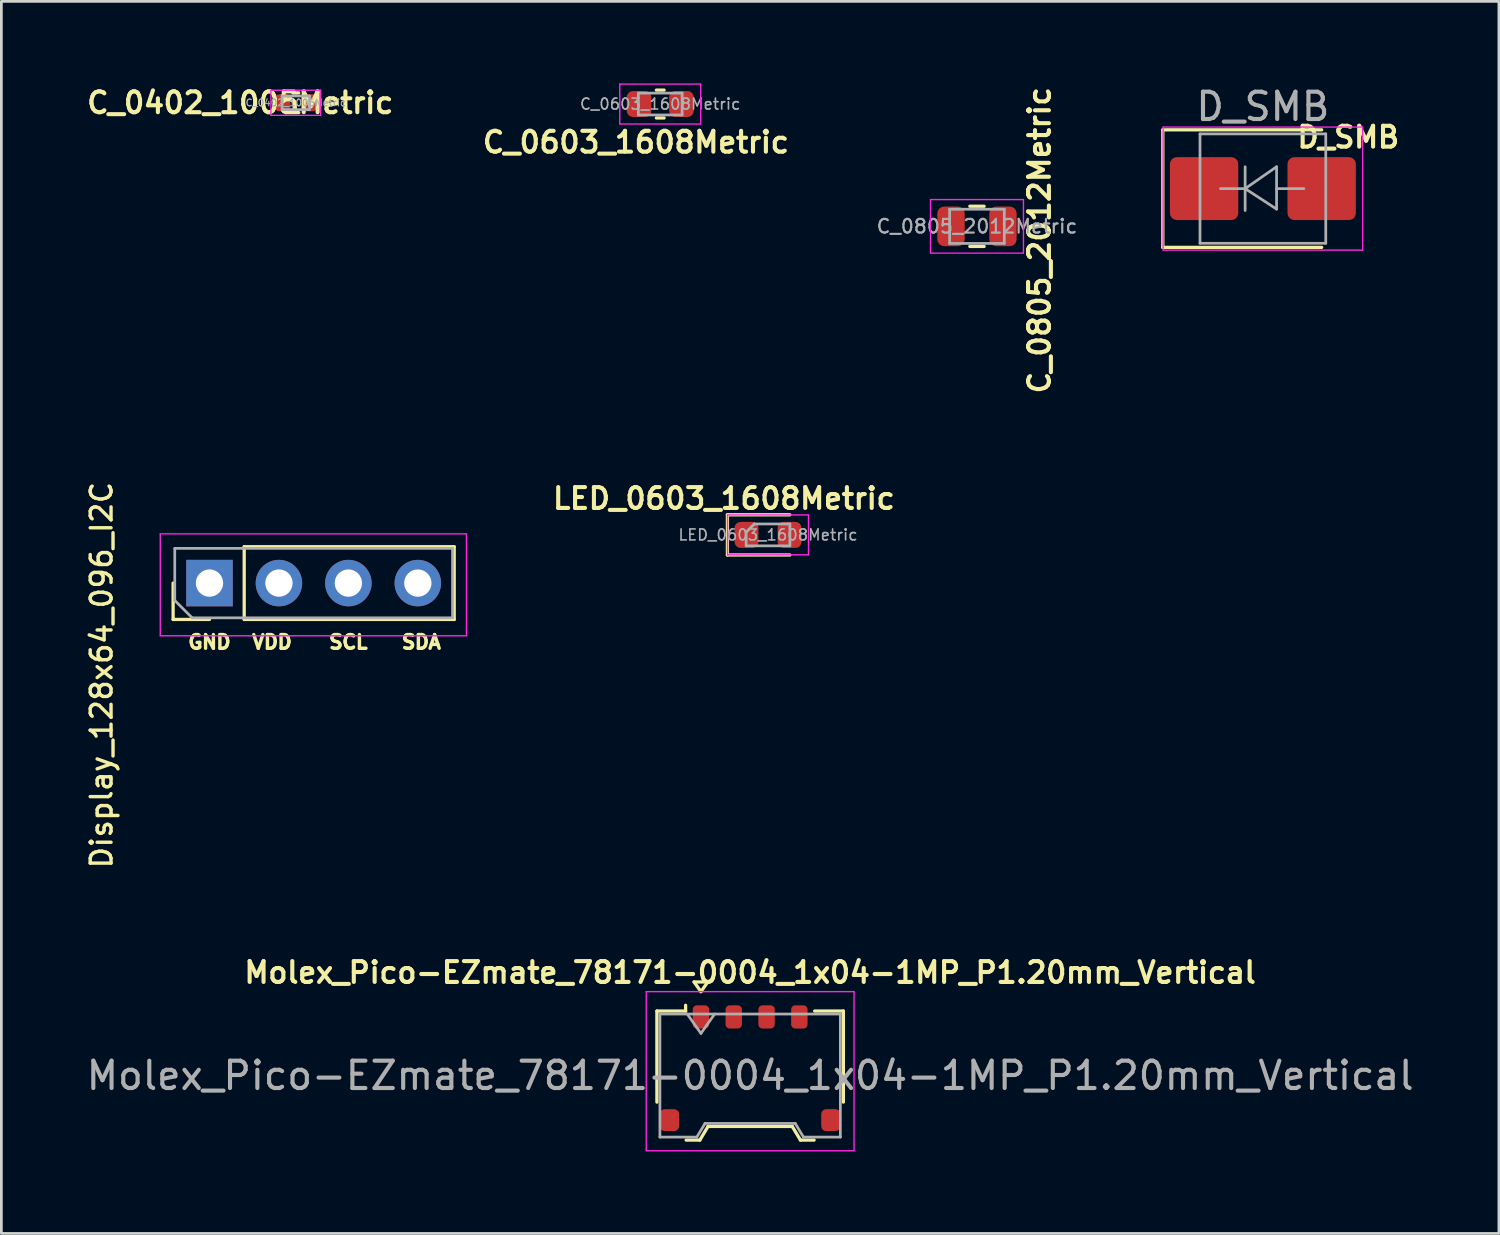
<source format=kicad_pcb>
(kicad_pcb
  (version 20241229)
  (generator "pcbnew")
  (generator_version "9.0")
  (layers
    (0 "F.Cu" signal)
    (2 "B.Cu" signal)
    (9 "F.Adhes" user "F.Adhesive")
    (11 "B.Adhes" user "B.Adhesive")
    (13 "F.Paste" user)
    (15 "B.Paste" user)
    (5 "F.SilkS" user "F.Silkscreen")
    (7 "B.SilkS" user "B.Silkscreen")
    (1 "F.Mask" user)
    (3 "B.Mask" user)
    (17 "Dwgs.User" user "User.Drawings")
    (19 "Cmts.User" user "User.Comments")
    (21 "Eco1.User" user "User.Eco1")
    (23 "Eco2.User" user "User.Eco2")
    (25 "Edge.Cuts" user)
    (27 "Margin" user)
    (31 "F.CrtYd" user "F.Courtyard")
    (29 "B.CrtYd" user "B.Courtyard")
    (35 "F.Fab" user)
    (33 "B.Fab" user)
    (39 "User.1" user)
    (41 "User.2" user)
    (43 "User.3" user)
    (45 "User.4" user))
  (footprint "Display_128x64_096_I2C"
    (layer "F.Cu")
    (at 8.422 18.277)
    (property "Reference" "Display_128x64_096_I2C" (at -7.757 3.365 90) (unlocked yes) (layer "F.SilkS") (effects (font (size 0.762 0.762) (thickness 0.125))))
    (attr through_hole)
    (fp_line (start -5.14 1.33) (end -5.14 0) (stroke (width 0.12) (type solid)) (layer "F.SilkS"))
    (fp_line (start -3.81 1.33) (end -5.14 1.33) (stroke (width 0.12) (type solid)) (layer "F.SilkS"))
    (fp_line (start -2.54 -1.33) (end 5.14 -1.33) (stroke (width 0.12) (type solid)) (layer "F.SilkS"))
    (fp_line (start -2.54 1.33) (end -2.54 -1.33) (stroke (width 0.12) (type solid)) (layer "F.SilkS"))
    (fp_line (start -2.54 1.33) (end 5.14 1.33) (stroke (width 0.12) (type solid)) (layer "F.SilkS"))
    (fp_line (start 5.14 1.33) (end 5.14 -1.33) (stroke (width 0.12) (type solid)) (layer "F.SilkS"))
    (fp_line (start -5.61 -1.8) (end -5.61 1.927) (stroke (width 0.05) (type solid)) (layer "F.CrtYd"))
    (fp_line (start -5.61 1.927) (end 5.59 1.927) (stroke (width 0.05) (type solid)) (layer "F.CrtYd"))
    (fp_line (start 5.59 -1.8) (end -5.61 -1.8) (stroke (width 0.05) (type solid)) (layer "F.CrtYd"))
    (fp_line (start 5.59 1.927) (end 5.59 -1.8) (stroke (width 0.05) (type solid)) (layer "F.CrtYd"))
    (fp_line (start -5.08 -1.27) (end 5.08 -1.27) (stroke (width 0.1) (type solid)) (layer "F.Fab"))
    (fp_line (start -5.08 0.635) (end -5.08 -1.27) (stroke (width 0.1) (type solid)) (layer "F.Fab"))
    (fp_line (start -4.445 1.27) (end -5.08 0.635) (stroke (width 0.1) (type solid)) (layer "F.Fab"))
    (fp_line (start 5.08 -1.27) (end 5.08 1.27) (stroke (width 0.1) (type solid)) (layer "F.Fab"))
    (fp_line (start 5.08 1.27) (end -4.445 1.27) (stroke (width 0.1) (type solid)) (layer "F.Fab"))
    (fp_text user "SDA" (at 3.937 2.159 180) (layer "F.SilkS") (effects (font (size 0.5 0.5) (thickness 0.125))))
    (fp_text user "VDD" (at -1.524 2.159 180) (layer "F.SilkS") (effects (font (size 0.5 0.5) (thickness 0.125))))
    (fp_text user "SCL" (at 1.27 2.159 180) (layer "F.SilkS") (effects (font (size 0.5 0.5) (thickness 0.125))))
    (fp_text user "GND" (at -3.81 2.159 180) (layer "F.SilkS") (effects (font (size 0.5 0.5) (thickness 0.125))))
    (pad "1" thru_hole rect (at -3.81 0 90) (size 1.7 1.7) (drill 1) (layers "*.Cu" "*.Mask"))
    (pad "2" thru_hole oval (at -1.27 0 90) (size 1.7 1.7) (drill 1) (layers "*.Cu" "*.Mask"))
    (pad "3" thru_hole oval (at 1.27 0 90) (size 1.7 1.7) (drill 1) (layers "*.Cu" "*.Mask"))
    (pad "4" thru_hole oval (at 3.81 0 90) (size 1.7 1.7) (drill 1) (layers "*.Cu" "*.Mask")))
  (footprint "LED_0603_1608Metric"
    (layer "F.Cu")
    (at 25.041 16.514)
    (property "Reference" "LED_0603_1608Metric" (at -1.614 -1.331 0) (layer "F.SilkS") (effects (font (size 0.762 0.762) (thickness 0.15))))
    (attr smd)
    (fp_line (start -1.485 -0.735) (end -1.485 0.735) (stroke (width 0.12) (type solid)) (layer "F.SilkS"))
    (fp_line (start -1.485 0.735) (end 0.8 0.735) (stroke (width 0.12) (type solid)) (layer "F.SilkS"))
    (fp_line (start 0.8 -0.735) (end -1.485 -0.735) (stroke (width 0.12) (type solid)) (layer "F.SilkS"))
    (fp_line (start -1.48 -0.73) (end 1.48 -0.73) (stroke (width 0.05) (type solid)) (layer "F.CrtYd"))
    (fp_line (start -1.48 0.73) (end -1.48 -0.73) (stroke (width 0.05) (type solid)) (layer "F.CrtYd"))
    (fp_line (start 1.48 -0.73) (end 1.48 0.73) (stroke (width 0.05) (type solid)) (layer "F.CrtYd"))
    (fp_line (start 1.48 0.73) (end -1.48 0.73) (stroke (width 0.05) (type solid)) (layer "F.CrtYd"))
    (fp_line (start -0.8 -0.1) (end -0.8 0.4) (stroke (width 0.1) (type solid)) (layer "F.Fab"))
    (fp_line (start -0.8 0.4) (end 0.8 0.4) (stroke (width 0.1) (type solid)) (layer "F.Fab"))
    (fp_line (start -0.5 -0.4) (end -0.8 -0.1) (stroke (width 0.1) (type solid)) (layer "F.Fab"))
    (fp_line (start 0.8 -0.4) (end -0.5 -0.4) (stroke (width 0.1) (type solid)) (layer "F.Fab"))
    (fp_line (start 0.8 0.4) (end 0.8 -0.4) (stroke (width 0.1) (type solid)) (layer "F.Fab"))
    (fp_text user "${REFERENCE}" (at 0 0 0) (layer "F.Fab") (effects (font (size 0.4 0.4) (thickness 0.06))))
    (pad "1" smd roundrect (at -0.787 0) (size 0.875 0.95) (layers "F.Cu" "F.Mask" "F.Paste") (roundrect_rratio 0.25))
    (pad "2" smd roundrect (at 0.787 0) (size 0.875 0.95) (layers "F.Cu" "F.Mask" "F.Paste") (roundrect_rratio 0.25)))
  (footprint "C_0402_1005Metric"
    (layer "F.Cu")
    (at 7.769 0.709)
    (property "Reference" "C_0402_1005Metric" (at -2.032 0 0) (layer "F.SilkS") (effects (font (size 0.762 0.762) (thickness 0.15))))
    (attr smd)
    (fp_line (start -0.108 -0.36) (end 0.108 -0.36) (stroke (width 0.12) (type solid)) (layer "F.SilkS"))
    (fp_line (start -0.108 0.36) (end 0.108 0.36) (stroke (width 0.12) (type solid)) (layer "F.SilkS"))
    (fp_line (start -0.91 -0.46) (end 0.91 -0.46) (stroke (width 0.05) (type solid)) (layer "F.CrtYd"))
    (fp_line (start -0.91 0.46) (end -0.91 -0.46) (stroke (width 0.05) (type solid)) (layer "F.CrtYd"))
    (fp_line (start 0.91 -0.46) (end 0.91 0.46) (stroke (width 0.05) (type solid)) (layer "F.CrtYd"))
    (fp_line (start 0.91 0.46) (end -0.91 0.46) (stroke (width 0.05) (type solid)) (layer "F.CrtYd"))
    (fp_line (start -0.5 -0.25) (end 0.5 -0.25) (stroke (width 0.1) (type solid)) (layer "F.Fab"))
    (fp_line (start -0.5 0.25) (end -0.5 -0.25) (stroke (width 0.1) (type solid)) (layer "F.Fab"))
    (fp_line (start 0.5 -0.25) (end 0.5 0.25) (stroke (width 0.1) (type solid)) (layer "F.Fab"))
    (fp_line (start 0.5 0.25) (end -0.5 0.25) (stroke (width 0.1) (type solid)) (layer "F.Fab"))
    (fp_text user "${REFERENCE}" (at 0 0 0) (layer "F.Fab") (effects (font (size 0.25 0.25) (thickness 0.04))))
    (pad "1" smd roundrect (at -0.48 0) (size 0.56 0.62) (layers "F.Cu" "F.Mask" "F.Paste") (roundrect_rratio 0.25))
    (pad "2" smd roundrect (at 0.48 0) (size 0.56 0.62) (layers "F.Cu" "F.Mask" "F.Paste") (roundrect_rratio 0.25)))
  (footprint "Molex_Pico-EZmate_78171-0004_1x04-1MP_P1.20mm_Vertical"
    (layer "F.Cu")
    (at 24.387 36.02)
    (property "Reference" "Molex_Pico-EZmate_78171-0004_1x04-1MP_P1.20mm_Vertical" (at 0 -3.5 0) (layer "F.SilkS") (effects (font (size 0.762 0.762) (thickness 0.15))))
    (attr smd)
    (fp_line (start -3.41 -2.09) (end -2.36 -2.09) (stroke (width 0.12) (type solid)) (layer "F.SilkS"))
    (fp_line (start -3.41 1.24) (end -3.41 -2.09) (stroke (width 0.12) (type solid)) (layer "F.SilkS"))
    (fp_line (start -2.36 -2.09) (end -2.36 -2.3) (stroke (width 0.12) (type solid)) (layer "F.SilkS"))
    (fp_line (start -2.34 2.63) (end -1.84 2.63) (stroke (width 0.12) (type solid)) (layer "F.SilkS"))
    (fp_line (start -2.05 -3.154) (end -1.8 -2.8) (stroke (width 0.12) (type solid)) (layer "F.SilkS"))
    (fp_line (start -1.84 2.63) (end -1.54 2.13) (stroke (width 0.12) (type solid)) (layer "F.SilkS"))
    (fp_line (start -1.8 -2.8) (end -1.55 -3.154) (stroke (width 0.12) (type solid)) (layer "F.SilkS"))
    (fp_line (start -1.55 -3.154) (end -2.05 -3.154) (stroke (width 0.12) (type solid)) (layer "F.SilkS"))
    (fp_line (start -1.54 2.13) (end 1.54 2.13) (stroke (width 0.12) (type solid)) (layer "F.SilkS"))
    (fp_line (start 1.54 2.13) (end 1.84 2.63) (stroke (width 0.12) (type solid)) (layer "F.SilkS"))
    (fp_line (start 1.84 2.63) (end 2.34 2.63) (stroke (width 0.12) (type solid)) (layer "F.SilkS"))
    (fp_line (start 3.41 -2.09) (end 2.36 -2.09) (stroke (width 0.12) (type solid)) (layer "F.SilkS"))
    (fp_line (start 3.41 1.24) (end 3.41 -2.09) (stroke (width 0.12) (type solid)) (layer "F.SilkS"))
    (fp_line (start -3.8 -2.8) (end -3.8 3.02) (stroke (width 0.05) (type solid)) (layer "F.CrtYd"))
    (fp_line (start -3.8 3.02) (end 3.8 3.02) (stroke (width 0.05) (type solid)) (layer "F.CrtYd"))
    (fp_line (start 3.8 -2.8) (end -3.8 -2.8) (stroke (width 0.05) (type solid)) (layer "F.CrtYd"))
    (fp_line (start 3.8 3.02) (end 3.8 -2.8) (stroke (width 0.05) (type solid)) (layer "F.CrtYd"))
    (fp_line (start -3.3 -1.98) (end -3.3 2.52) (stroke (width 0.1) (type solid)) (layer "F.Fab"))
    (fp_line (start -3.3 -1.98) (end 3.3 -1.98) (stroke (width 0.1) (type solid)) (layer "F.Fab"))
    (fp_line (start -3.3 2.52) (end -1.95 2.52) (stroke (width 0.1) (type solid)) (layer "F.Fab"))
    (fp_line (start -2.3 -1.98) (end -1.8 -1.273) (stroke (width 0.1) (type solid)) (layer "F.Fab"))
    (fp_line (start -1.95 2.52) (end -1.65 2.02) (stroke (width 0.1) (type solid)) (layer "F.Fab"))
    (fp_line (start -1.8 -1.273) (end -1.3 -1.98) (stroke (width 0.1) (type solid)) (layer "F.Fab"))
    (fp_line (start -1.65 2.02) (end 1.65 2.02) (stroke (width 0.1) (type solid)) (layer "F.Fab"))
    (fp_line (start 1.65 2.02) (end 1.95 2.52) (stroke (width 0.1) (type solid)) (layer "F.Fab"))
    (fp_line (start 1.95 2.52) (end 3.3 2.52) (stroke (width 0.1) (type solid)) (layer "F.Fab"))
    (fp_line (start 3.3 -1.98) (end 3.3 2.52) (stroke (width 0.1) (type solid)) (layer "F.Fab"))
    (fp_text user "${REFERENCE}" (at 0 0.27 0) (layer "F.Fab") (effects (font (size 1 1) (thickness 0.15))))
    (pad "1" smd roundrect (at -1.8 -1.875) (size 0.6 0.85) (layers "F.Cu" "F.Mask" "F.Paste") (roundrect_rratio 0.25))
    (pad "2" smd roundrect (at -0.6 -1.875) (size 0.6 0.85) (layers "F.Cu" "F.Mask" "F.Paste") (roundrect_rratio 0.25))
    (pad "3" smd roundrect (at 0.6 -1.875) (size 0.6 0.85) (layers "F.Cu" "F.Mask" "F.Paste") (roundrect_rratio 0.25))
    (pad "4" smd roundrect (at 1.8 -1.875) (size 0.6 0.85) (layers "F.Cu" "F.Mask" "F.Paste") (roundrect_rratio 0.25))
    (pad "MP" smd roundrect (at -2.95 1.9) (size 0.7 0.8) (layers "F.Cu" "F.Mask" "F.Paste") (roundrect_rratio 0.25))
    (pad "MP" smd roundrect (at 2.95 1.9) (size 0.7 0.8) (layers "F.Cu" "F.Mask" "F.Paste") (roundrect_rratio 0.25)))
  (footprint "C_0603_1608Metric"
    (layer "F.Cu")
    (at 21.099 0.755)
    (property "Reference" "C_0603_1608Metric" (at -0.889 1.397 0) (layer "F.SilkS") (effects (font (size 0.762 0.762) (thickness 0.15))))
    (attr smd)
    (fp_line (start -0.141 -0.51) (end 0.141 -0.51) (stroke (width 0.12) (type solid)) (layer "F.SilkS"))
    (fp_line (start -0.141 0.51) (end 0.141 0.51) (stroke (width 0.12) (type solid)) (layer "F.SilkS"))
    (fp_line (start -1.48 -0.73) (end 1.48 -0.73) (stroke (width 0.05) (type solid)) (layer "F.CrtYd"))
    (fp_line (start -1.48 0.73) (end -1.48 -0.73) (stroke (width 0.05) (type solid)) (layer "F.CrtYd"))
    (fp_line (start 1.48 -0.73) (end 1.48 0.73) (stroke (width 0.05) (type solid)) (layer "F.CrtYd"))
    (fp_line (start 1.48 0.73) (end -1.48 0.73) (stroke (width 0.05) (type solid)) (layer "F.CrtYd"))
    (fp_line (start -0.8 -0.4) (end 0.8 -0.4) (stroke (width 0.1) (type solid)) (layer "F.Fab"))
    (fp_line (start -0.8 0.4) (end -0.8 -0.4) (stroke (width 0.1) (type solid)) (layer "F.Fab"))
    (fp_line (start 0.8 -0.4) (end 0.8 0.4) (stroke (width 0.1) (type solid)) (layer "F.Fab"))
    (fp_line (start 0.8 0.4) (end -0.8 0.4) (stroke (width 0.1) (type solid)) (layer "F.Fab"))
    (fp_text user "${REFERENCE}" (at 0 0 0) (layer "F.Fab") (effects (font (size 0.4 0.4) (thickness 0.06))))
    (pad "1" smd roundrect (at -0.775 0) (size 0.9 0.95) (layers "F.Cu" "F.Mask" "F.Paste") (roundrect_rratio 0.25))
    (pad "2" smd roundrect (at 0.775 0) (size 0.9 0.95) (layers "F.Cu" "F.Mask" "F.Paste") (roundrect_rratio 0.25)))
  (footprint "C_0805_2012Metric"
    (layer "F.Cu")
    (at 32.684 5.229)
    (property "Reference" "C_0805_2012Metric" (at 2.286 0.508 90) (layer "F.SilkS") (effects (font (size 0.762 0.762) (thickness 0.15))))
    (attr smd)
    (fp_line (start -0.261 -0.735) (end 0.261 -0.735) (stroke (width 0.12) (type solid)) (layer "F.SilkS"))
    (fp_line (start -0.261 0.735) (end 0.261 0.735) (stroke (width 0.12) (type solid)) (layer "F.SilkS"))
    (fp_line (start -1.7 -0.98) (end 1.7 -0.98) (stroke (width 0.05) (type solid)) (layer "F.CrtYd"))
    (fp_line (start -1.7 0.98) (end -1.7 -0.98) (stroke (width 0.05) (type solid)) (layer "F.CrtYd"))
    (fp_line (start 1.7 -0.98) (end 1.7 0.98) (stroke (width 0.05) (type solid)) (layer "F.CrtYd"))
    (fp_line (start 1.7 0.98) (end -1.7 0.98) (stroke (width 0.05) (type solid)) (layer "F.CrtYd"))
    (fp_line (start -1 -0.625) (end 1 -0.625) (stroke (width 0.1) (type solid)) (layer "F.Fab"))
    (fp_line (start -1 0.625) (end -1 -0.625) (stroke (width 0.1) (type solid)) (layer "F.Fab"))
    (fp_line (start 1 -0.625) (end 1 0.625) (stroke (width 0.1) (type solid)) (layer "F.Fab"))
    (fp_line (start 1 0.625) (end -1 0.625) (stroke (width 0.1) (type solid)) (layer "F.Fab"))
    (fp_text user "${REFERENCE}" (at 0 0 0) (layer "F.Fab") (effects (font (size 0.5 0.5) (thickness 0.08))))
    (pad "1" smd roundrect (at -0.95 0) (size 1 1.45) (layers "F.Cu" "F.Mask" "F.Paste") (roundrect_rratio 0.25))
    (pad "2" smd roundrect (at 0.95 0) (size 1 1.45) (layers "F.Cu" "F.Mask" "F.Paste") (roundrect_rratio 0.25)))
  (footprint "D_SMB"
    (layer "F.Cu")
    (at 43.141 3.848)
    (property "Reference" "D_SMB" (at 3.124 -1.88 180) (layer "F.SilkS") (effects (font (size 0.762 0.762) (thickness 0.15))))
    (attr smd)
    (fp_line (start -3.66 -2.15) (end -3.66 2.15) (stroke (width 0.12) (type solid)) (layer "F.SilkS"))
    (fp_line (start -3.66 -2.15) (end 2.15 -2.15) (stroke (width 0.12) (type solid)) (layer "F.SilkS"))
    (fp_line (start -3.66 2.15) (end 2.15 2.15) (stroke (width 0.12) (type solid)) (layer "F.SilkS"))
    (fp_line (start -3.65 -2.25) (end 3.65 -2.25) (stroke (width 0.05) (type solid)) (layer "F.CrtYd"))
    (fp_line (start -3.65 2.25) (end -3.65 -2.25) (stroke (width 0.05) (type solid)) (layer "F.CrtYd"))
    (fp_line (start 3.65 -2.25) (end 3.65 2.25) (stroke (width 0.05) (type solid)) (layer "F.CrtYd"))
    (fp_line (start 3.65 2.25) (end -3.65 2.25) (stroke (width 0.05) (type solid)) (layer "F.CrtYd"))
    (fp_line (start -2.3 2) (end -2.3 -2) (stroke (width 0.1) (type solid)) (layer "F.Fab"))
    (fp_line (start -0.649 -0.799) (end -0.649 0.801) (stroke (width 0.1) (type solid)) (layer "F.Fab"))
    (fp_line (start -0.649 0.001) (end -1.551 0.001) (stroke (width 0.1) (type solid)) (layer "F.Fab"))
    (fp_line (start -0.649 0.001) (end 0.501 -0.799) (stroke (width 0.1) (type solid)) (layer "F.Fab"))
    (fp_line (start -0.649 0.001) (end 0.501 0.75) (stroke (width 0.1) (type solid)) (layer "F.Fab"))
    (fp_line (start 0.501 0.001) (end 1.499 0.001) (stroke (width 0.1) (type solid)) (layer "F.Fab"))
    (fp_line (start 0.501 0.75) (end 0.501 -0.799) (stroke (width 0.1) (type solid)) (layer "F.Fab"))
    (fp_line (start 2.3 -2) (end -2.3 -2) (stroke (width 0.1) (type solid)) (layer "F.Fab"))
    (fp_line (start 2.3 -2) (end 2.3 2) (stroke (width 0.1) (type solid)) (layer "F.Fab"))
    (fp_line (start 2.3 2) (end -2.3 2) (stroke (width 0.1) (type solid)) (layer "F.Fab"))
    (fp_text user "${REFERENCE}" (at 0 -3 0) (layer "F.Fab") (effects (font (size 1 1) (thickness 0.15))))
    (pad "1" smd roundrect (at -2.15 0) (size 2.5 2.3) (layers "F.Cu" "F.Mask" "F.Paste") (roundrect_rratio 0.109))
    (pad "2" smd roundrect (at 2.15 0) (size 2.5 2.3) (layers "F.Cu" "F.Mask" "F.Paste") (roundrect_rratio 0.109)))
  (gr_rect
    (start -3 -3)
    (end 51.774 42.065)
    (stroke (width 0.1) (type default))
    (fill no)
    (layer "Edge.Cuts")))
</source>
